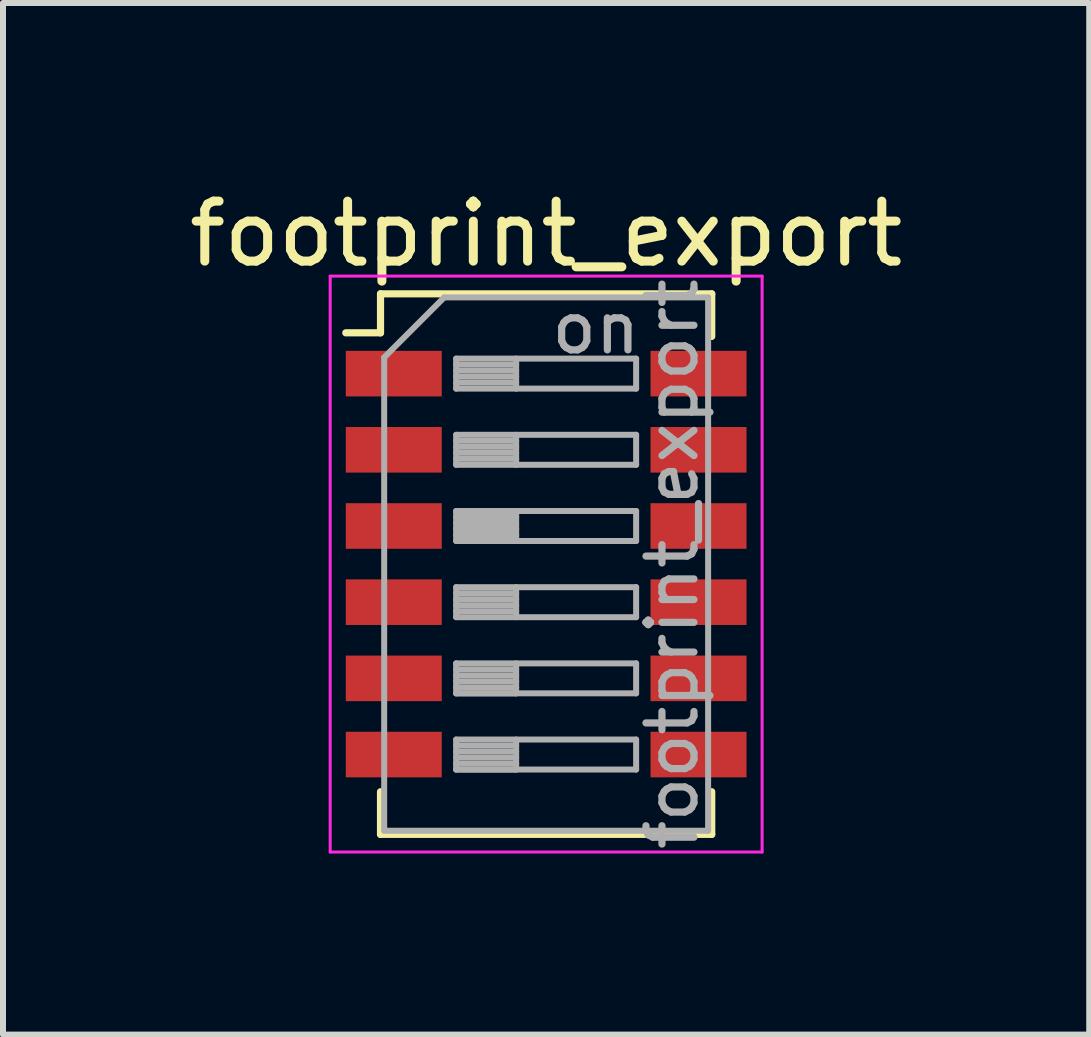
<source format=kicad_pcb>
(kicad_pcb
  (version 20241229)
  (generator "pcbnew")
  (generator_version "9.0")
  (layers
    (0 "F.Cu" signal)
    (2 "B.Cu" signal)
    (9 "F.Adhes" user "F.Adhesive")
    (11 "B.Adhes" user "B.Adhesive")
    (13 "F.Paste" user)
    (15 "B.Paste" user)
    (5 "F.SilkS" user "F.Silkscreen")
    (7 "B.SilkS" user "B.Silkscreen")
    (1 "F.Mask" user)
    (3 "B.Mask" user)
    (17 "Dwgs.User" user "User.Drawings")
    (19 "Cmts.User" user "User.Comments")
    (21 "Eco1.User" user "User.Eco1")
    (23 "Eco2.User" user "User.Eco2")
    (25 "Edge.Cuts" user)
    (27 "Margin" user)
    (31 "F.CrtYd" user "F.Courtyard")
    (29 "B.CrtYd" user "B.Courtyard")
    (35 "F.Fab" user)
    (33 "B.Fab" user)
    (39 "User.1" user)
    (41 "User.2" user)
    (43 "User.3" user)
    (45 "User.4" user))
  (footprint "footprint_export"
    (layer "F.Cu")
    (at 6.054 6.353)
    (property "Reference" "footprint_export" (at 0 -5.505 0) (layer "F.SilkS") (effects (font (size 1 1) (thickness 0.15))))
    (attr smd)
    (fp_line (start -3.34 -3.855) (end -2.761 -3.855) (stroke (width 0.12) (type solid)) (layer "F.SilkS"))
    (fp_line (start -2.761 -4.505) (end -2.761 -3.855) (stroke (width 0.12) (type solid)) (layer "F.SilkS"))
    (fp_line (start -2.761 -4.505) (end 2.76 -4.505) (stroke (width 0.12) (type solid)) (layer "F.SilkS"))
    (fp_line (start -2.761 3.795) (end -2.761 4.505) (stroke (width 0.12) (type solid)) (layer "F.SilkS"))
    (fp_line (start -2.761 4.505) (end 2.76 4.505) (stroke (width 0.12) (type solid)) (layer "F.SilkS"))
    (fp_line (start 2.76 -4.505) (end 2.76 -3.795) (stroke (width 0.12) (type solid)) (layer "F.SilkS"))
    (fp_line (start 2.76 3.795) (end 2.76 4.505) (stroke (width 0.12) (type solid)) (layer "F.SilkS"))
    (fp_line (start -3.6 -4.8) (end -3.6 4.8) (stroke (width 0.05) (type solid)) (layer "F.CrtYd"))
    (fp_line (start -3.6 4.8) (end 3.6 4.8) (stroke (width 0.05) (type solid)) (layer "F.CrtYd"))
    (fp_line (start 3.6 -4.8) (end -3.6 -4.8) (stroke (width 0.05) (type solid)) (layer "F.CrtYd"))
    (fp_line (start 3.6 4.8) (end 3.6 -4.8) (stroke (width 0.05) (type solid)) (layer "F.CrtYd"))
    (fp_line (start -2.7 -3.445) (end -1.7 -4.445) (stroke (width 0.1) (type solid)) (layer "F.Fab"))
    (fp_line (start -2.7 4.445) (end -2.7 -3.445) (stroke (width 0.1) (type solid)) (layer "F.Fab"))
    (fp_line (start -1.7 -4.445) (end 2.7 -4.445) (stroke (width 0.1) (type solid)) (layer "F.Fab"))
    (fp_line (start -1.5 -3.425) (end -1.5 -2.925) (stroke (width 0.1) (type solid)) (layer "F.Fab"))
    (fp_line (start -1.5 -3.325) (end -0.5 -3.325) (stroke (width 0.1) (type solid)) (layer "F.Fab"))
    (fp_line (start -1.5 -3.225) (end -0.5 -3.225) (stroke (width 0.1) (type solid)) (layer "F.Fab"))
    (fp_line (start -1.5 -3.125) (end -0.5 -3.125) (stroke (width 0.1) (type solid)) (layer "F.Fab"))
    (fp_line (start -1.5 -3.025) (end -0.5 -3.025) (stroke (width 0.1) (type solid)) (layer "F.Fab"))
    (fp_line (start -1.5 -2.925) (end 1.5 -2.925) (stroke (width 0.1) (type solid)) (layer "F.Fab"))
    (fp_line (start -1.5 -2.155) (end -1.5 -1.655) (stroke (width 0.1) (type solid)) (layer "F.Fab"))
    (fp_line (start -1.5 -2.055) (end -0.5 -2.055) (stroke (width 0.1) (type solid)) (layer "F.Fab"))
    (fp_line (start -1.5 -1.955) (end -0.5 -1.955) (stroke (width 0.1) (type solid)) (layer "F.Fab"))
    (fp_line (start -1.5 -1.855) (end -0.5 -1.855) (stroke (width 0.1) (type solid)) (layer "F.Fab"))
    (fp_line (start -1.5 -1.755) (end -0.5 -1.755) (stroke (width 0.1) (type solid)) (layer "F.Fab"))
    (fp_line (start -1.5 -1.655) (end 1.5 -1.655) (stroke (width 0.1) (type solid)) (layer "F.Fab"))
    (fp_line (start -1.5 -0.885) (end -1.5 -0.385) (stroke (width 0.1) (type solid)) (layer "F.Fab"))
    (fp_line (start -1.5 -0.785) (end -0.5 -0.785) (stroke (width 0.1) (type solid)) (layer "F.Fab"))
    (fp_line (start -1.5 -0.685) (end -0.5 -0.685) (stroke (width 0.1) (type solid)) (layer "F.Fab"))
    (fp_line (start -1.5 -0.585) (end -0.5 -0.585) (stroke (width 0.1) (type solid)) (layer "F.Fab"))
    (fp_line (start -1.5 -0.485) (end -0.5 -0.485) (stroke (width 0.1) (type solid)) (layer "F.Fab"))
    (fp_line (start -1.5 -0.385) (end 1.5 -0.385) (stroke (width 0.1) (type solid)) (layer "F.Fab"))
    (fp_line (start -1.5 0.385) (end -1.5 0.885) (stroke (width 0.1) (type solid)) (layer "F.Fab"))
    (fp_line (start -1.5 0.485) (end -0.5 0.485) (stroke (width 0.1) (type solid)) (layer "F.Fab"))
    (fp_line (start -1.5 0.585) (end -0.5 0.585) (stroke (width 0.1) (type solid)) (layer "F.Fab"))
    (fp_line (start -1.5 0.685) (end -0.5 0.685) (stroke (width 0.1) (type solid)) (layer "F.Fab"))
    (fp_line (start -1.5 0.785) (end -0.5 0.785) (stroke (width 0.1) (type solid)) (layer "F.Fab"))
    (fp_line (start -1.5 0.885) (end 1.5 0.885) (stroke (width 0.1) (type solid)) (layer "F.Fab"))
    (fp_line (start -1.5 1.655) (end -1.5 2.155) (stroke (width 0.1) (type solid)) (layer "F.Fab"))
    (fp_line (start -1.5 1.755) (end -0.5 1.755) (stroke (width 0.1) (type solid)) (layer "F.Fab"))
    (fp_line (start -1.5 1.855) (end -0.5 1.855) (stroke (width 0.1) (type solid)) (layer "F.Fab"))
    (fp_line (start -1.5 1.955) (end -0.5 1.955) (stroke (width 0.1) (type solid)) (layer "F.Fab"))
    (fp_line (start -1.5 2.055) (end -0.5 2.055) (stroke (width 0.1) (type solid)) (layer "F.Fab"))
    (fp_line (start -1.5 2.155) (end -0.5 2.155) (stroke (width 0.1) (type solid)) (layer "F.Fab"))
    (fp_line (start -1.5 2.155) (end 1.5 2.155) (stroke (width 0.1) (type solid)) (layer "F.Fab"))
    (fp_line (start -1.5 2.925) (end -1.5 3.425) (stroke (width 0.1) (type solid)) (layer "F.Fab"))
    (fp_line (start -1.5 3.025) (end -0.5 3.025) (stroke (width 0.1) (type solid)) (layer "F.Fab"))
    (fp_line (start -1.5 3.125) (end -0.5 3.125) (stroke (width 0.1) (type solid)) (layer "F.Fab"))
    (fp_line (start -1.5 3.225) (end -0.5 3.225) (stroke (width 0.1) (type solid)) (layer "F.Fab"))
    (fp_line (start -1.5 3.325) (end -0.5 3.325) (stroke (width 0.1) (type solid)) (layer "F.Fab"))
    (fp_line (start -1.5 3.425) (end -0.5 3.425) (stroke (width 0.1) (type solid)) (layer "F.Fab"))
    (fp_line (start -1.5 3.425) (end 1.5 3.425) (stroke (width 0.1) (type solid)) (layer "F.Fab"))
    (fp_line (start -0.5 -3.425) (end -0.5 -2.925) (stroke (width 0.1) (type solid)) (layer "F.Fab"))
    (fp_line (start -0.5 -2.155) (end -0.5 -1.655) (stroke (width 0.1) (type solid)) (layer "F.Fab"))
    (fp_line (start -0.5 -0.885) (end -0.5 -0.385) (stroke (width 0.1) (type solid)) (layer "F.Fab"))
    (fp_line (start -0.5 0.385) (end -0.5 0.885) (stroke (width 0.1) (type solid)) (layer "F.Fab"))
    (fp_line (start -0.5 1.655) (end -0.5 2.155) (stroke (width 0.1) (type solid)) (layer "F.Fab"))
    (fp_line (start -0.5 2.925) (end -0.5 3.425) (stroke (width 0.1) (type solid)) (layer "F.Fab"))
    (fp_line (start 1.5 -3.425) (end -1.5 -3.425) (stroke (width 0.1) (type solid)) (layer "F.Fab"))
    (fp_line (start 1.5 -2.925) (end 1.5 -3.425) (stroke (width 0.1) (type solid)) (layer "F.Fab"))
    (fp_line (start 1.5 -2.155) (end -1.5 -2.155) (stroke (width 0.1) (type solid)) (layer "F.Fab"))
    (fp_line (start 1.5 -1.655) (end 1.5 -2.155) (stroke (width 0.1) (type solid)) (layer "F.Fab"))
    (fp_line (start 1.5 -0.885) (end -1.5 -0.885) (stroke (width 0.1) (type solid)) (layer "F.Fab"))
    (fp_line (start 1.5 -0.385) (end 1.5 -0.885) (stroke (width 0.1) (type solid)) (layer "F.Fab"))
    (fp_line (start 1.5 0.385) (end -1.5 0.385) (stroke (width 0.1) (type solid)) (layer "F.Fab"))
    (fp_line (start 1.5 0.885) (end 1.5 0.385) (stroke (width 0.1) (type solid)) (layer "F.Fab"))
    (fp_line (start 1.5 1.655) (end -1.5 1.655) (stroke (width 0.1) (type solid)) (layer "F.Fab"))
    (fp_line (start 1.5 2.155) (end 1.5 1.655) (stroke (width 0.1) (type solid)) (layer "F.Fab"))
    (fp_line (start 1.5 2.925) (end -1.5 2.925) (stroke (width 0.1) (type solid)) (layer "F.Fab"))
    (fp_line (start 1.5 3.425) (end 1.5 2.925) (stroke (width 0.1) (type solid)) (layer "F.Fab"))
    (fp_line (start 2.7 -4.445) (end 2.7 4.445) (stroke (width 0.1) (type solid)) (layer "F.Fab"))
    (fp_line (start 2.7 4.445) (end -2.7 4.445) (stroke (width 0.1) (type solid)) (layer "F.Fab"))
    (fp_text user "${REFERENCE}" (at 2.1 0 90) (layer "F.Fab") (effects (font (size 0.8 0.8) (thickness 0.12))))
    (fp_text user "on" (at 0.83 -3.935 0) (layer "F.Fab") (effects (font (size 0.8 0.8) (thickness 0.12))))
    (pad "1" smd rect (at -2.54 -3.175) (size 1.6 0.76) (layers "F.Cu" "F.Mask" "F.Paste"))
    (pad "2" smd rect (at -2.54 -1.905) (size 1.6 0.76) (layers "F.Cu" "F.Mask" "F.Paste"))
    (pad "3" smd rect (at -2.54 -0.635) (size 1.6 0.76) (layers "F.Cu" "F.Mask" "F.Paste"))
    (pad "4" smd rect (at -2.54 0.635) (size 1.6 0.76) (layers "F.Cu" "F.Mask" "F.Paste"))
    (pad "5" smd rect (at -2.54 1.905) (size 1.6 0.76) (layers "F.Cu" "F.Mask" "F.Paste"))
    (pad "6" smd rect (at -2.54 3.175) (size 1.6 0.76) (layers "F.Cu" "F.Mask" "F.Paste"))
    (pad "7" smd rect (at 2.54 3.175) (size 1.6 0.76) (layers "F.Cu" "F.Mask" "F.Paste"))
    (pad "8" smd rect (at 2.54 1.905) (size 1.6 0.76) (layers "F.Cu" "F.Mask" "F.Paste"))
    (pad "9" smd rect (at 2.54 0.635) (size 1.6 0.76) (layers "F.Cu" "F.Mask" "F.Paste"))
    (pad "10" smd rect (at 2.54 -0.635) (size 1.6 0.76) (layers "F.Cu" "F.Mask" "F.Paste"))
    (pad "11" smd rect (at 2.54 -1.905) (size 1.6 0.76) (layers "F.Cu" "F.Mask" "F.Paste"))
    (pad "12" smd rect (at 2.54 -3.175) (size 1.6 0.76) (layers "F.Cu" "F.Mask" "F.Paste")))
  (gr_rect
    (start -3 -3)
    (end 15.107 14.196)
    (stroke (width 0.1) (type default))
    (fill no)
    (layer "Edge.Cuts")))
</source>
